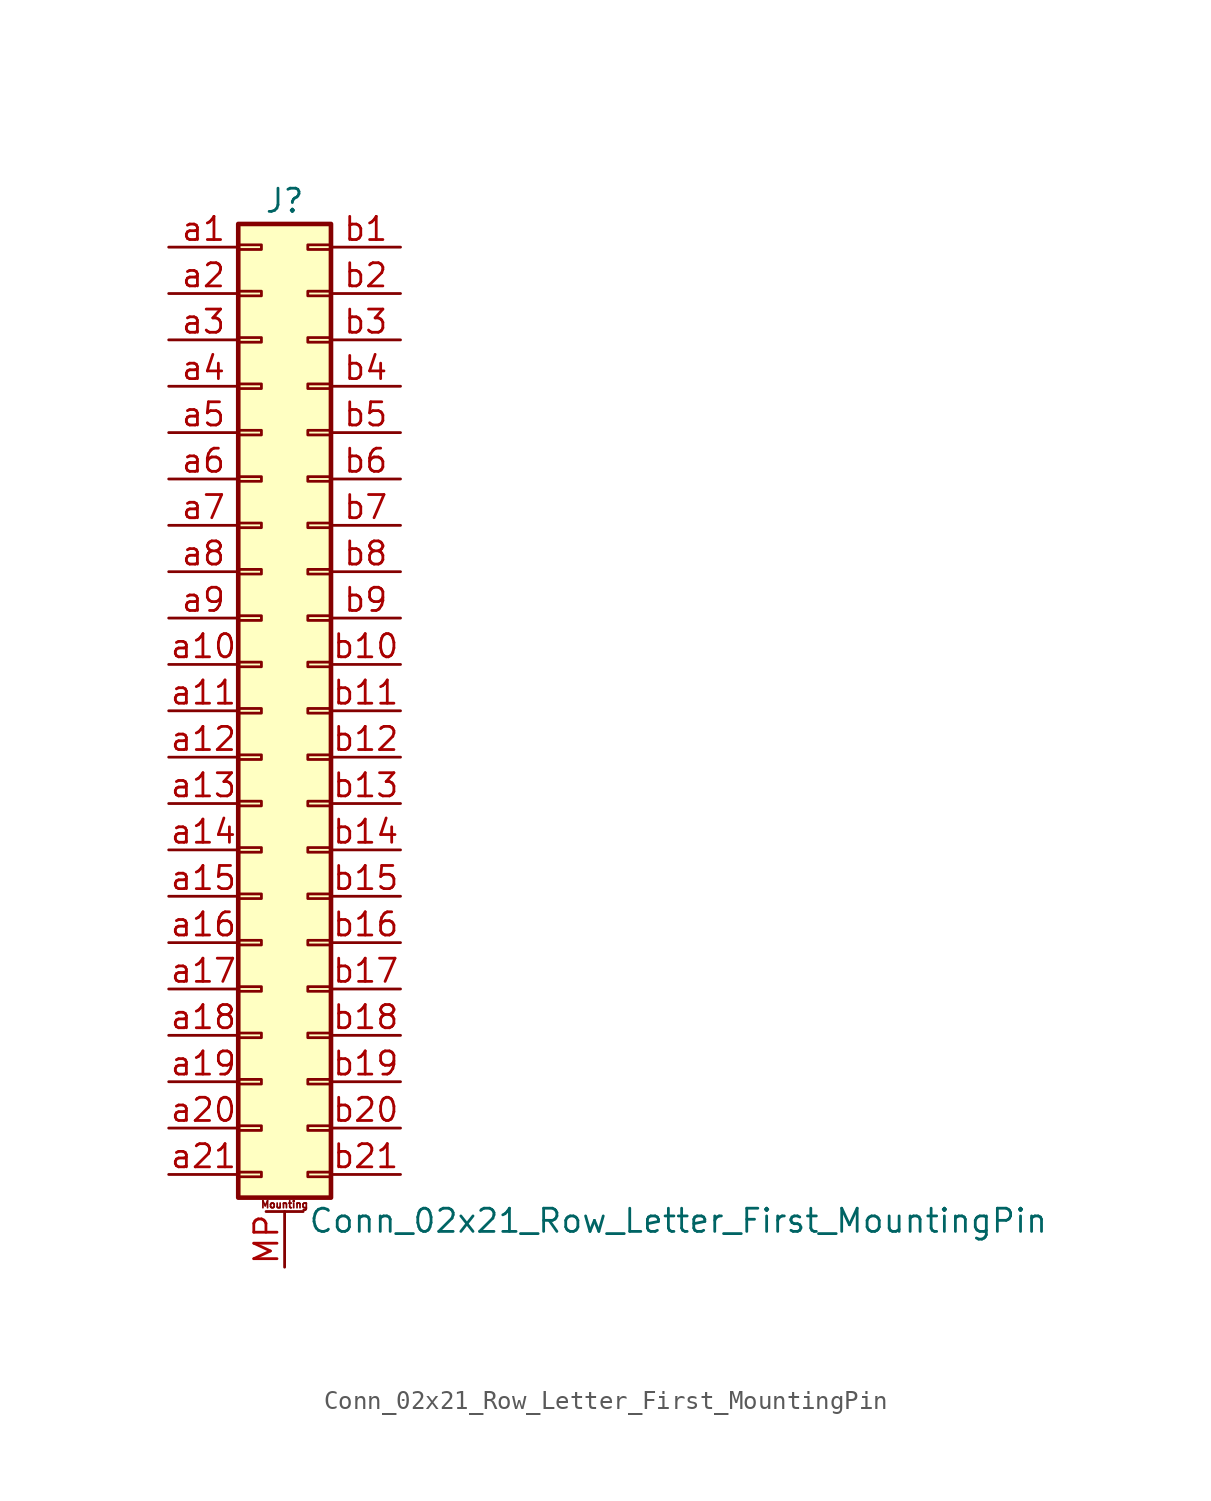
<source format=kicad_sym>
(kicad_symbol_lib
  (version 20201005)
  (generator kicad_symbol_editor)
  (symbol "Connector_Generic_MountingPin:Conn_02x21_Row_Letter_First_MountingPin"
    (pin_names
      (offset 1.016) hide)
    (property "Reference" "J"
      (at 1.27 27.94 0)
      (effects (font (size 1.27 1.27))))
    (property "Value" "Conn_02x21_Row_Letter_First_MountingPin"
      (at 2.54 -27.94 0)
      (effects (font (size 1.27 1.27)) (justify left)))
    (symbol "Conn_02x21_Row_Letter_First_MountingPin_1_1"
      (text "Mounting" (at 1.27 -27.051 0) (effects (font (size 0.381 0.381))))
      (rectangle (start -1.27 -4.953) (end 0 -5.207) (stroke (width 0.152)) (fill (type none)))
      (rectangle (start -1.27 -7.493) (end 0 -7.747) (stroke (width 0.152)) (fill (type none)))
      (rectangle (start -1.27 -10.033) (end 0 -10.287) (stroke (width 0.152)) (fill (type none)))
      (rectangle (start -1.27 -12.573) (end 0 -12.827) (stroke (width 0.152)) (fill (type none)))
      (rectangle (start -1.27 -15.113) (end 0 -15.367) (stroke (width 0.152)) (fill (type none)))
      (rectangle (start -1.27 -17.653) (end 0 -17.907) (stroke (width 0.152)) (fill (type none)))
      (rectangle (start -1.27 -20.193) (end 0 -20.447) (stroke (width 0.152)) (fill (type none)))
      (rectangle (start -1.27 -22.733) (end 0 -22.987) (stroke (width 0.152)) (fill (type none)))
      (rectangle (start -1.27 -2.413) (end 0 -2.667) (stroke (width 0.152)) (fill (type none)))
      (rectangle (start -1.27 -25.273) (end 0 -25.527) (stroke (width 0.152)) (fill (type none)))
      (rectangle (start -1.27 25.527) (end 0 25.273) (stroke (width 0.152)) (fill (type none)))
      (rectangle (start -1.27 2.667) (end 0 2.413) (stroke (width 0.152)) (fill (type none)))
      (rectangle (start -1.27 26.67) (end 3.81 -26.67) (stroke (width 0.254)) (fill (type background)))
      (rectangle (start -1.27 5.207) (end 0 4.953) (stroke (width 0.152)) (fill (type none)))
      (rectangle (start -1.27 7.747) (end 0 7.493) (stroke (width 0.152)) (fill (type none)))
      (rectangle (start -1.27 10.287) (end 0 10.033) (stroke (width 0.152)) (fill (type none)))
      (rectangle (start -1.27 0.127) (end 0 -0.127) (stroke (width 0.152)) (fill (type none)))
      (rectangle (start -1.27 12.827) (end 0 12.573) (stroke (width 0.152)) (fill (type none)))
      (rectangle (start -1.27 15.367) (end 0 15.113) (stroke (width 0.152)) (fill (type none)))
      (rectangle (start -1.27 17.907) (end 0 17.653) (stroke (width 0.152)) (fill (type none)))
      (rectangle (start -1.27 20.447) (end 0 20.193) (stroke (width 0.152)) (fill (type none)))
      (rectangle (start -1.27 22.987) (end 0 22.733) (stroke (width 0.152)) (fill (type none)))
      (rectangle (start 3.81 -4.953) (end 2.54 -5.207) (stroke (width 0.152)) (fill (type none)))
      (rectangle (start 3.81 -7.493) (end 2.54 -7.747) (stroke (width 0.152)) (fill (type none)))
      (rectangle (start 3.81 -10.033) (end 2.54 -10.287) (stroke (width 0.152)) (fill (type none)))
      (rectangle (start 3.81 -12.573) (end 2.54 -12.827) (stroke (width 0.152)) (fill (type none)))
      (rectangle (start 3.81 -15.113) (end 2.54 -15.367) (stroke (width 0.152)) (fill (type none)))
      (rectangle (start 3.81 -17.653) (end 2.54 -17.907) (stroke (width 0.152)) (fill (type none)))
      (rectangle (start 3.81 -20.193) (end 2.54 -20.447) (stroke (width 0.152)) (fill (type none)))
      (rectangle (start 3.81 -22.733) (end 2.54 -22.987) (stroke (width 0.152)) (fill (type none)))
      (rectangle (start 3.81 -2.413) (end 2.54 -2.667) (stroke (width 0.152)) (fill (type none)))
      (rectangle (start 3.81 -25.273) (end 2.54 -25.527) (stroke (width 0.152)) (fill (type none)))
      (rectangle (start 3.81 25.527) (end 2.54 25.273) (stroke (width 0.152)) (fill (type none)))
      (rectangle (start 3.81 2.667) (end 2.54 2.413) (stroke (width 0.152)) (fill (type none)))
      (rectangle (start 3.81 5.207) (end 2.54 4.953) (stroke (width 0.152)) (fill (type none)))
      (rectangle (start 3.81 7.747) (end 2.54 7.493) (stroke (width 0.152)) (fill (type none)))
      (rectangle (start 3.81 10.287) (end 2.54 10.033) (stroke (width 0.152)) (fill (type none)))
      (rectangle (start 3.81 0.127) (end 2.54 -0.127) (stroke (width 0.152)) (fill (type none)))
      (rectangle (start 3.81 12.827) (end 2.54 12.573) (stroke (width 0.152)) (fill (type none)))
      (rectangle (start 3.81 15.367) (end 2.54 15.113) (stroke (width 0.152)) (fill (type none)))
      (rectangle (start 3.81 17.907) (end 2.54 17.653) (stroke (width 0.152)) (fill (type none)))
      (rectangle (start 3.81 20.447) (end 2.54 20.193) (stroke (width 0.152)) (fill (type none)))
      (rectangle (start 3.81 22.987) (end 2.54 22.733) (stroke (width 0.152)) (fill (type none)))
      (polyline (pts (xy 0.254 -27.432) (xy 2.286 -27.432)) (stroke (width 0.152)) (fill (type none)))
      (pin passive line (at 1.27 -30.48 90) (length 3.048) (name "MountPin" (effects (font (size 1.27 1.27)))) (number "MP" (effects (font (size 1.27 1.27)))))
      (pin passive line (at -5.08 25.4 0) (length 3.81) (name "Pin_a1" (effects (font (size 1.27 1.27)))) (number "a1" (effects (font (size 1.27 1.27)))))
      (pin passive line (at -5.08 2.54 0) (length 3.81) (name "Pin_a10" (effects (font (size 1.27 1.27)))) (number "a10" (effects (font (size 1.27 1.27)))))
      (pin passive line (at -5.08 0 0) (length 3.81) (name "Pin_a11" (effects (font (size 1.27 1.27)))) (number "a11" (effects (font (size 1.27 1.27)))))
      (pin passive line (at -5.08 -2.54 0) (length 3.81) (name "Pin_a12" (effects (font (size 1.27 1.27)))) (number "a12" (effects (font (size 1.27 1.27)))))
      (pin passive line (at -5.08 -5.08 0) (length 3.81) (name "Pin_a13" (effects (font (size 1.27 1.27)))) (number "a13" (effects (font (size 1.27 1.27)))))
      (pin passive line (at -5.08 -7.62 0) (length 3.81) (name "Pin_a14" (effects (font (size 1.27 1.27)))) (number "a14" (effects (font (size 1.27 1.27)))))
      (pin passive line (at -5.08 -10.16 0) (length 3.81) (name "Pin_a15" (effects (font (size 1.27 1.27)))) (number "a15" (effects (font (size 1.27 1.27)))))
      (pin passive line (at -5.08 -12.7 0) (length 3.81) (name "Pin_a16" (effects (font (size 1.27 1.27)))) (number "a16" (effects (font (size 1.27 1.27)))))
      (pin passive line (at -5.08 -15.24 0) (length 3.81) (name "Pin_a17" (effects (font (size 1.27 1.27)))) (number "a17" (effects (font (size 1.27 1.27)))))
      (pin passive line (at -5.08 -17.78 0) (length 3.81) (name "Pin_a18" (effects (font (size 1.27 1.27)))) (number "a18" (effects (font (size 1.27 1.27)))))
      (pin passive line (at -5.08 -20.32 0) (length 3.81) (name "Pin_a19" (effects (font (size 1.27 1.27)))) (number "a19" (effects (font (size 1.27 1.27)))))
      (pin passive line (at -5.08 22.86 0) (length 3.81) (name "Pin_a2" (effects (font (size 1.27 1.27)))) (number "a2" (effects (font (size 1.27 1.27)))))
      (pin passive line (at -5.08 -22.86 0) (length 3.81) (name "Pin_a20" (effects (font (size 1.27 1.27)))) (number "a20" (effects (font (size 1.27 1.27)))))
      (pin passive line (at -5.08 -25.4 0) (length 3.81) (name "Pin_a21" (effects (font (size 1.27 1.27)))) (number "a21" (effects (font (size 1.27 1.27)))))
      (pin passive line (at -5.08 20.32 0) (length 3.81) (name "Pin_a3" (effects (font (size 1.27 1.27)))) (number "a3" (effects (font (size 1.27 1.27)))))
      (pin passive line (at -5.08 17.78 0) (length 3.81) (name "Pin_a4" (effects (font (size 1.27 1.27)))) (number "a4" (effects (font (size 1.27 1.27)))))
      (pin passive line (at -5.08 15.24 0) (length 3.81) (name "Pin_a5" (effects (font (size 1.27 1.27)))) (number "a5" (effects (font (size 1.27 1.27)))))
      (pin passive line (at -5.08 12.7 0) (length 3.81) (name "Pin_a6" (effects (font (size 1.27 1.27)))) (number "a6" (effects (font (size 1.27 1.27)))))
      (pin passive line (at -5.08 10.16 0) (length 3.81) (name "Pin_a7" (effects (font (size 1.27 1.27)))) (number "a7" (effects (font (size 1.27 1.27)))))
      (pin passive line (at -5.08 7.62 0) (length 3.81) (name "Pin_a8" (effects (font (size 1.27 1.27)))) (number "a8" (effects (font (size 1.27 1.27)))))
      (pin passive line (at -5.08 5.08 0) (length 3.81) (name "Pin_a9" (effects (font (size 1.27 1.27)))) (number "a9" (effects (font (size 1.27 1.27)))))
      (pin passive line (at 7.62 25.4 180) (length 3.81) (name "Pin_b1" (effects (font (size 1.27 1.27)))) (number "b1" (effects (font (size 1.27 1.27)))))
      (pin passive line (at 7.62 2.54 180) (length 3.81) (name "Pin_b10" (effects (font (size 1.27 1.27)))) (number "b10" (effects (font (size 1.27 1.27)))))
      (pin passive line (at 7.62 0 180) (length 3.81) (name "Pin_b11" (effects (font (size 1.27 1.27)))) (number "b11" (effects (font (size 1.27 1.27)))))
      (pin passive line (at 7.62 -2.54 180) (length 3.81) (name "Pin_b12" (effects (font (size 1.27 1.27)))) (number "b12" (effects (font (size 1.27 1.27)))))
      (pin passive line (at 7.62 -5.08 180) (length 3.81) (name "Pin_b13" (effects (font (size 1.27 1.27)))) (number "b13" (effects (font (size 1.27 1.27)))))
      (pin passive line (at 7.62 -7.62 180) (length 3.81) (name "Pin_b14" (effects (font (size 1.27 1.27)))) (number "b14" (effects (font (size 1.27 1.27)))))
      (pin passive line (at 7.62 -10.16 180) (length 3.81) (name "Pin_b15" (effects (font (size 1.27 1.27)))) (number "b15" (effects (font (size 1.27 1.27)))))
      (pin passive line (at 7.62 -12.7 180) (length 3.81) (name "Pin_b16" (effects (font (size 1.27 1.27)))) (number "b16" (effects (font (size 1.27 1.27)))))
      (pin passive line (at 7.62 -15.24 180) (length 3.81) (name "Pin_b17" (effects (font (size 1.27 1.27)))) (number "b17" (effects (font (size 1.27 1.27)))))
      (pin passive line (at 7.62 -17.78 180) (length 3.81) (name "Pin_b18" (effects (font (size 1.27 1.27)))) (number "b18" (effects (font (size 1.27 1.27)))))
      (pin passive line (at 7.62 -20.32 180) (length 3.81) (name "Pin_b19" (effects (font (size 1.27 1.27)))) (number "b19" (effects (font (size 1.27 1.27)))))
      (pin passive line (at 7.62 22.86 180) (length 3.81) (name "Pin_b2" (effects (font (size 1.27 1.27)))) (number "b2" (effects (font (size 1.27 1.27)))))
      (pin passive line (at 7.62 -22.86 180) (length 3.81) (name "Pin_b20" (effects (font (size 1.27 1.27)))) (number "b20" (effects (font (size 1.27 1.27)))))
      (pin passive line (at 7.62 -25.4 180) (length 3.81) (name "Pin_b21" (effects (font (size 1.27 1.27)))) (number "b21" (effects (font (size 1.27 1.27)))))
      (pin passive line (at 7.62 20.32 180) (length 3.81) (name "Pin_b3" (effects (font (size 1.27 1.27)))) (number "b3" (effects (font (size 1.27 1.27)))))
      (pin passive line (at 7.62 17.78 180) (length 3.81) (name "Pin_b4" (effects (font (size 1.27 1.27)))) (number "b4" (effects (font (size 1.27 1.27)))))
      (pin passive line (at 7.62 15.24 180) (length 3.81) (name "Pin_b5" (effects (font (size 1.27 1.27)))) (number "b5" (effects (font (size 1.27 1.27)))))
      (pin passive line (at 7.62 12.7 180) (length 3.81) (name "Pin_b6" (effects (font (size 1.27 1.27)))) (number "b6" (effects (font (size 1.27 1.27)))))
      (pin passive line (at 7.62 10.16 180) (length 3.81) (name "Pin_b7" (effects (font (size 1.27 1.27)))) (number "b7" (effects (font (size 1.27 1.27)))))
      (pin passive line (at 7.62 7.62 180) (length 3.81) (name "Pin_b8" (effects (font (size 1.27 1.27)))) (number "b8" (effects (font (size 1.27 1.27)))))
      (pin passive line (at 7.62 5.08 180) (length 3.81) (name "Pin_b9" (effects (font (size 1.27 1.27)))) (number "b9" (effects (font (size 1.27 1.27))))))))
</source>
